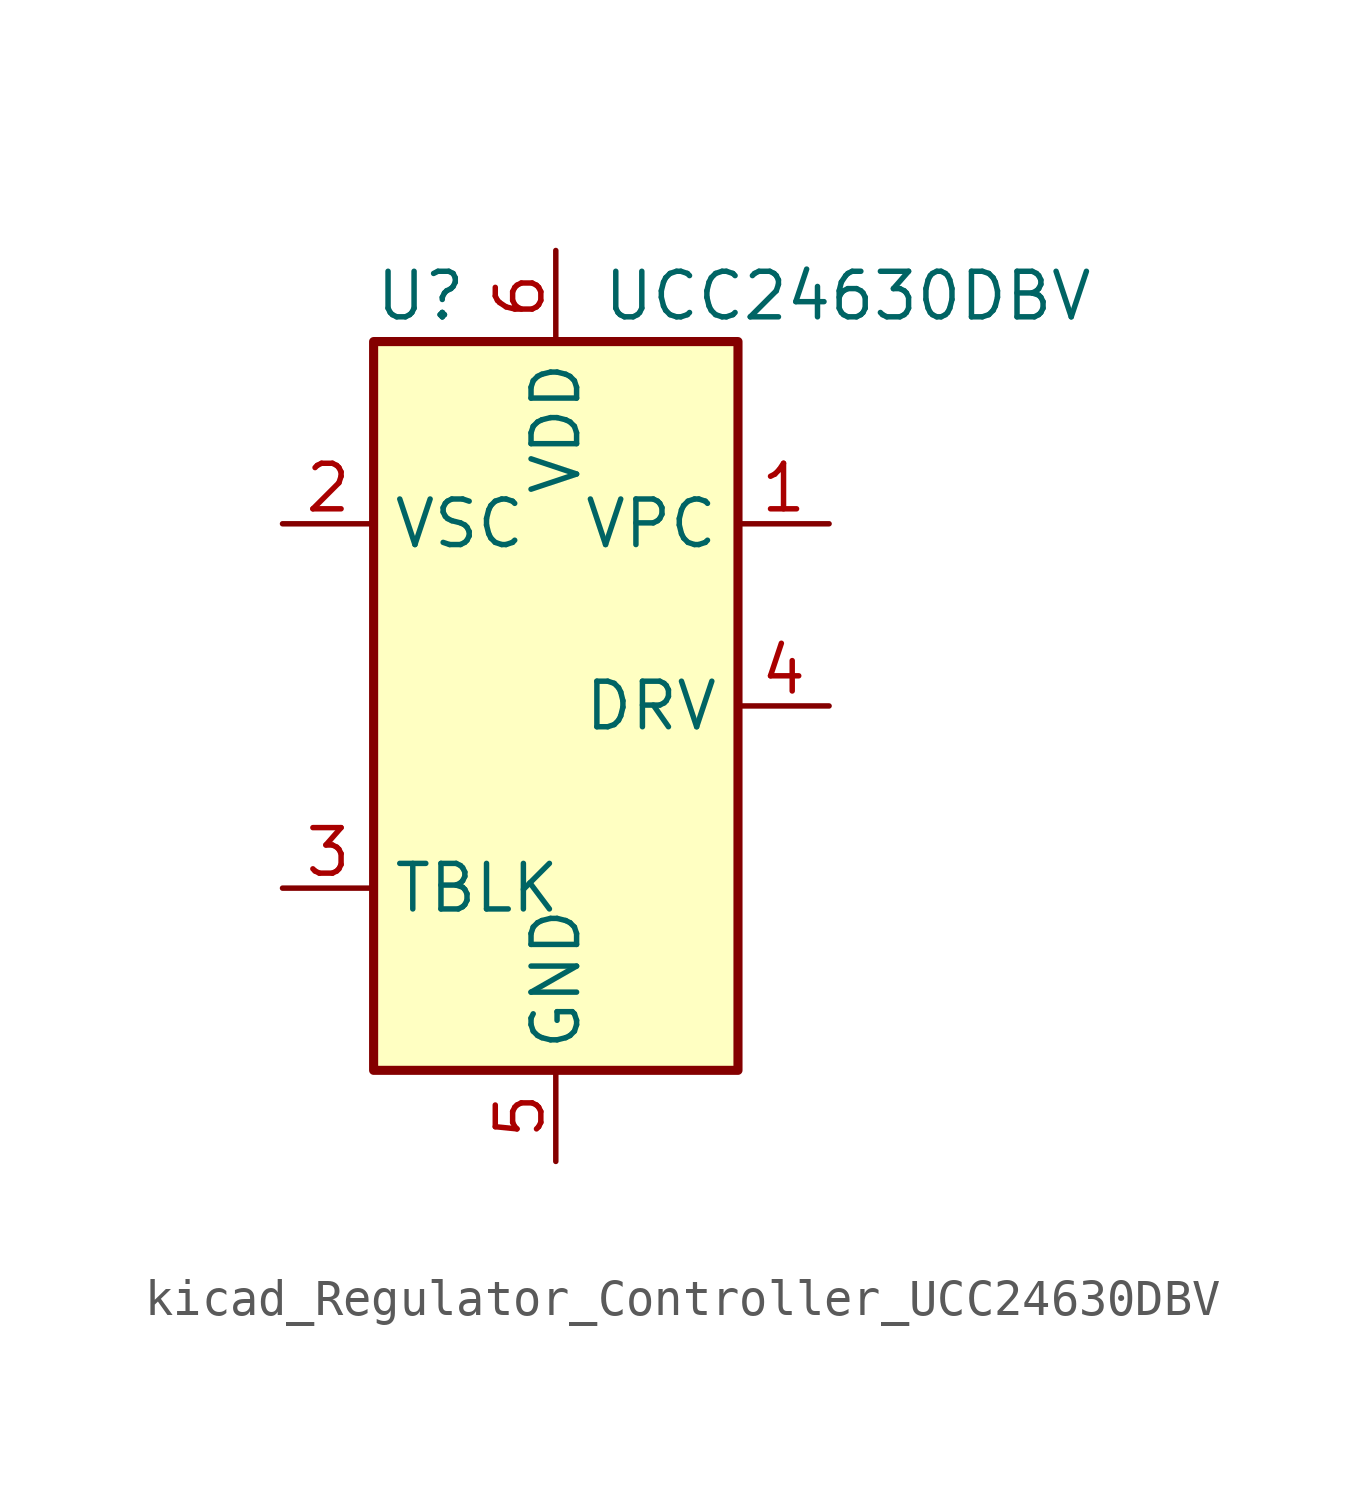
<source format=kicad_sym>
(kicad_symbol_lib
  (version 20220914)
  (generator kicad_symbol_editor)
  (symbol "kicad_Regulator_Controller_UCC24630DBV"
    (property "Reference" "U"
      (at -5.08 11.43 0)
      (effects (font (size 1.27 1.27)) (justify left)))
    (property "Value" "UCC24630DBV"
      (at 1.27 11.43 0)
      (effects (font (size 1.27 1.27)) (justify left)))
    (symbol "kicad_Regulator_Controller_UCC24630DBV_0_1"
      (rectangle (start -5.08 -10.16) (end 5.08 10.16) (stroke (width 0.254) (type default)) (fill (type background))))
    (symbol "kicad_Regulator_Controller_UCC24630DBV_1_1"
      (pin input line (at 7.62 5.08 180) (length 2.54) (name "VPC" (effects (font (size 1.27 1.27)))) (number "1" (effects (font (size 1.27 1.27)))))
      (pin input line (at -7.62 5.08 0) (length 2.54) (name "VSC" (effects (font (size 1.27 1.27)))) (number "2" (effects (font (size 1.27 1.27)))))
      (pin passive line (at -7.62 -5.08 0) (length 2.54) (name "TBLK" (effects (font (size 1.27 1.27)))) (number "3" (effects (font (size 1.27 1.27)))))
      (pin output line (at 7.62 0 180) (length 2.54) (name "DRV" (effects (font (size 1.27 1.27)))) (number "4" (effects (font (size 1.27 1.27)))))
      (pin power_in line (at 0 -12.7 90) (length 2.54) (name "GND" (effects (font (size 1.27 1.27)))) (number "5" (effects (font (size 1.27 1.27)))))
      (pin power_in line (at 0 12.7 270) (length 2.54) (name "VDD" (effects (font (size 1.27 1.27)))) (number "6" (effects (font (size 1.27 1.27))))))))
</source>
